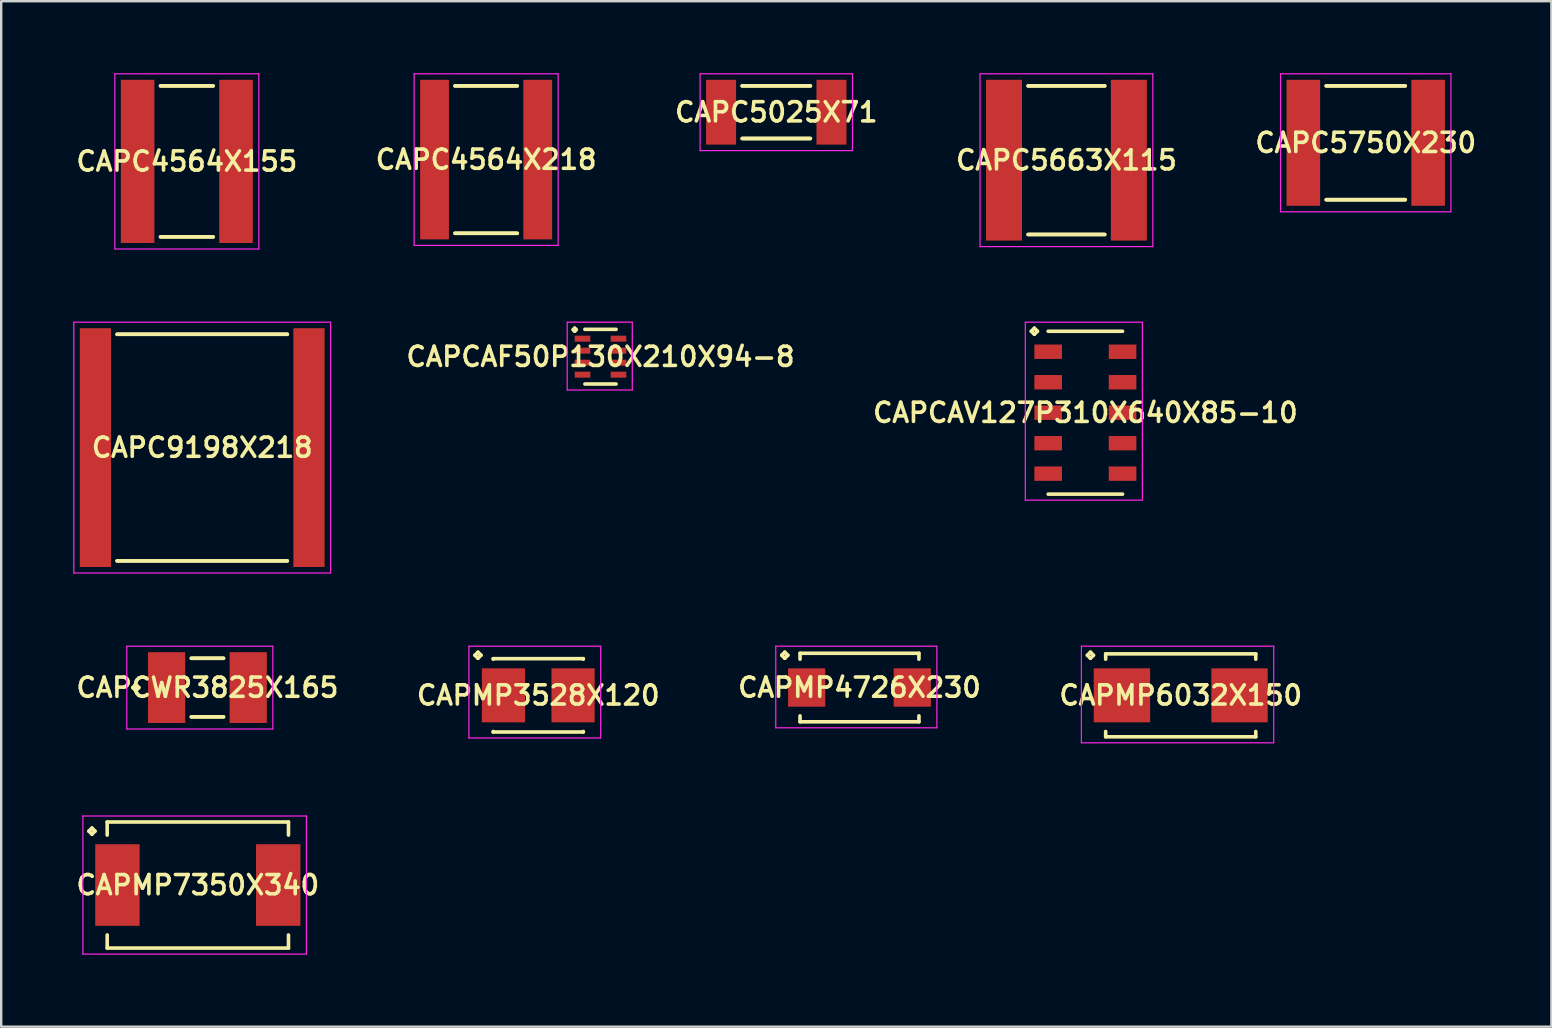
<source format=kicad_pcb>
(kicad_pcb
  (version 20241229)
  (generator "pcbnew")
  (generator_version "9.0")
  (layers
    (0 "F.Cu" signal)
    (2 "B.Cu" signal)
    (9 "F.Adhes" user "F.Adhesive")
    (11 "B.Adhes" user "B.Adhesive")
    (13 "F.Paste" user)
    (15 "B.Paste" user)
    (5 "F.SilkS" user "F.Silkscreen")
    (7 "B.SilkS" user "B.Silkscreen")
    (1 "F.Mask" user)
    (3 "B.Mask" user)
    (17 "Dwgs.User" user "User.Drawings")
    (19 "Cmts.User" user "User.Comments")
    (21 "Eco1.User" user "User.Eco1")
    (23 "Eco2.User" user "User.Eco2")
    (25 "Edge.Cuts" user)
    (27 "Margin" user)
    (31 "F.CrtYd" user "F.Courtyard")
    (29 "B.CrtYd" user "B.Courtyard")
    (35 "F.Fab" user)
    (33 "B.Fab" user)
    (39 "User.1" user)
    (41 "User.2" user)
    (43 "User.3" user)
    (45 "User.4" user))
  (footprint "CAPC4564X155"
    (layer "F.Cu")
    (at 4.735 3.675)
    (property "Reference" "CAPC4564X155" (at 0 0 0) (layer "F.SilkS") (effects (font (size 0.8 0.8) (thickness 0.15))))
    (attr smd)
    (fp_line (start -1.096 -3.146) (end 1.096 -3.146) (stroke (width 0.15) (type solid)) (layer "F.SilkS"))
    (fp_line (start -1.096 3.146) (end 1.096 3.146) (stroke (width 0.15) (type solid)) (layer "F.SilkS"))
    (fp_line (start 1.096 -3.146) (end -1.096 -3.146) (stroke (width 0.15) (type solid)) (layer "F.SilkS"))
    (fp_line (start 1.096 3.146) (end -1.096 3.146) (stroke (width 0.15) (type solid)) (layer "F.SilkS"))
    (fp_line (start -3 -3.65) (end 3 -3.65) (stroke (width 0.05) (type solid)) (layer "F.CrtYd"))
    (fp_line (start -3 3.65) (end -3 -3.65) (stroke (width 0.05) (type solid)) (layer "F.CrtYd"))
    (fp_line (start 3 -3.65) (end 3 3.65) (stroke (width 0.05) (type solid)) (layer "F.CrtYd"))
    (fp_line (start 3 3.65) (end -3 3.65) (stroke (width 0.05) (type solid)) (layer "F.CrtYd"))
    (pad "1" smd rect (at -2.05 0) (size 1.4 6.8) (layers "F.Cu" "F.Mask" "F.Paste"))
    (pad "2" smd rect (at 2.05 0) (size 1.4 6.8) (layers "F.Cu" "F.Mask" "F.Paste")))
  (footprint "CAPC5663X115"
    (layer "F.Cu")
    (at 41.386 3.625)
    (property "Reference" "CAPC5663X115" (at 0 0 0) (layer "F.SilkS") (effects (font (size 0.8 0.8) (thickness 0.15))))
    (attr smd)
    (fp_line (start -1.596 -3.096) (end 1.596 -3.096) (stroke (width 0.15) (type solid)) (layer "F.SilkS"))
    (fp_line (start -1.596 3.096) (end 1.596 3.096) (stroke (width 0.15) (type solid)) (layer "F.SilkS"))
    (fp_line (start 1.596 -3.096) (end -1.596 -3.096) (stroke (width 0.15) (type solid)) (layer "F.SilkS"))
    (fp_line (start 1.596 3.096) (end -1.596 3.096) (stroke (width 0.15) (type solid)) (layer "F.SilkS"))
    (fp_line (start -3.6 -3.6) (end 3.6 -3.6) (stroke (width 0.05) (type solid)) (layer "F.CrtYd"))
    (fp_line (start -3.6 3.6) (end -3.6 -3.6) (stroke (width 0.05) (type solid)) (layer "F.CrtYd"))
    (fp_line (start 3.6 -3.6) (end 3.6 3.6) (stroke (width 0.05) (type solid)) (layer "F.CrtYd"))
    (fp_line (start 3.6 3.6) (end -3.6 3.6) (stroke (width 0.05) (type solid)) (layer "F.CrtYd"))
    (pad "1" smd rect (at -2.6 0) (size 1.5 6.7) (layers "F.Cu" "F.Mask" "F.Paste"))
    (pad "2" smd rect (at 2.6 0) (size 1.5 6.7) (layers "F.Cu" "F.Mask" "F.Paste")))
  (footprint "CAPC5025X71"
    (layer "F.Cu")
    (at 29.296 1.625)
    (property "Reference" "CAPC5025X71" (at 0 0 0) (layer "F.SilkS") (effects (font (size 0.8 0.8) (thickness 0.15))))
    (attr smd)
    (fp_line (start -1.421 -1.096) (end 1.421 -1.096) (stroke (width 0.15) (type solid)) (layer "F.SilkS"))
    (fp_line (start -1.421 1.096) (end 1.421 1.096) (stroke (width 0.15) (type solid)) (layer "F.SilkS"))
    (fp_line (start 1.421 -1.096) (end -1.421 -1.096) (stroke (width 0.15) (type solid)) (layer "F.SilkS"))
    (fp_line (start 1.421 1.096) (end -1.421 1.096) (stroke (width 0.15) (type solid)) (layer "F.SilkS"))
    (fp_line (start -3.175 -1.6) (end 3.175 -1.6) (stroke (width 0.05) (type solid)) (layer "F.CrtYd"))
    (fp_line (start -3.175 1.6) (end -3.175 -1.6) (stroke (width 0.05) (type solid)) (layer "F.CrtYd"))
    (fp_line (start 3.175 -1.6) (end 3.175 1.6) (stroke (width 0.05) (type solid)) (layer "F.CrtYd"))
    (fp_line (start 3.175 1.6) (end -3.175 1.6) (stroke (width 0.05) (type solid)) (layer "F.CrtYd"))
    (pad "1" smd rect (at -2.3 0) (size 1.25 2.7) (layers "F.Cu" "F.Mask" "F.Paste"))
    (pad "2" smd rect (at 2.3 0) (size 1.25 2.7) (layers "F.Cu" "F.Mask" "F.Paste")))
  (footprint "CAPCWR3825X165"
    (layer "F.Cu")
    (at 5.593 25.6)
    (property "Reference" "CAPCWR3825X165" (at 0 0 0) (layer "F.SilkS") (effects (font (size 0.8 0.8) (thickness 0.15))))
    (attr smd)
    (fp_line (start -3.11 0) (end -2.983 -0.127) (stroke (width 0.15) (type solid)) (layer "F.SilkS"))
    (fp_line (start -2.983 -0.127) (end -2.856 0) (stroke (width 0.15) (type solid)) (layer "F.SilkS"))
    (fp_line (start -2.983 0.127) (end -3.11 0) (stroke (width 0.15) (type solid)) (layer "F.SilkS"))
    (fp_line (start -2.856 0) (end -2.983 0.127) (stroke (width 0.15) (type solid)) (layer "F.SilkS"))
    (fp_line (start -0.671 -1.221) (end 0.671 -1.221) (stroke (width 0.15) (type solid)) (layer "F.SilkS"))
    (fp_line (start -0.671 1.221) (end 0.671 1.221) (stroke (width 0.15) (type solid)) (layer "F.SilkS"))
    (fp_line (start 0.671 -1.221) (end -0.671 -1.221) (stroke (width 0.15) (type solid)) (layer "F.SilkS"))
    (fp_line (start 0.671 1.221) (end -0.671 1.221) (stroke (width 0.15) (type solid)) (layer "F.SilkS"))
    (fp_line (start -3.36 -1.725) (end 2.725 -1.725) (stroke (width 0.05) (type solid)) (layer "F.CrtYd"))
    (fp_line (start -3.36 1.725) (end -3.36 -1.725) (stroke (width 0.05) (type solid)) (layer "F.CrtYd"))
    (fp_line (start 2.725 -1.725) (end 2.725 1.725) (stroke (width 0.05) (type solid)) (layer "F.CrtYd"))
    (fp_line (start 2.725 1.725) (end -3.36 1.725) (stroke (width 0.05) (type solid)) (layer "F.CrtYd"))
    (pad "1" smd rect (at -1.7 0) (size 1.55 2.95) (layers "F.Cu" "F.Mask" "F.Paste"))
    (pad "2" smd rect (at 1.7 0) (size 1.55 2.95) (layers "F.Cu" "F.Mask" "F.Paste")))
  (footprint "CAPMP3528X120"
    (layer "F.Cu")
    (at 19.378 25.923)
    (property "Reference" "CAPMP3528X120" (at 0 0 0) (layer "F.SilkS") (effects (font (size 0.8 0.8) (thickness 0.15))))
    (attr smd)
    (fp_line (start -2.639 -1.671) (end -2.512 -1.798) (stroke (width 0.15) (type solid)) (layer "F.SilkS"))
    (fp_line (start -2.512 -1.798) (end -2.385 -1.671) (stroke (width 0.15) (type solid)) (layer "F.SilkS"))
    (fp_line (start -2.512 -1.544) (end -2.639 -1.671) (stroke (width 0.15) (type solid)) (layer "F.SilkS"))
    (fp_line (start -2.385 -1.671) (end -2.512 -1.544) (stroke (width 0.15) (type solid)) (layer "F.SilkS"))
    (fp_line (start -1.877 -1.527) (end 1.877 -1.527) (stroke (width 0.15) (type solid)) (layer "F.SilkS"))
    (fp_line (start -1.877 -1.506) (end -1.877 -1.527) (stroke (width 0.15) (type solid)) (layer "F.SilkS"))
    (fp_line (start -1.877 1.506) (end -1.877 1.527) (stroke (width 0.15) (type solid)) (layer "F.SilkS"))
    (fp_line (start -1.877 1.527) (end 1.877 1.527) (stroke (width 0.15) (type solid)) (layer "F.SilkS"))
    (fp_line (start 1.877 -1.527) (end 1.877 -1.506) (stroke (width 0.15) (type solid)) (layer "F.SilkS"))
    (fp_line (start 1.877 1.527) (end 1.877 1.506) (stroke (width 0.15) (type solid)) (layer "F.SilkS"))
    (fp_line (start -2.889 -2.048) (end 2.6 -2.048) (stroke (width 0.05) (type solid)) (layer "F.CrtYd"))
    (fp_line (start -2.889 1.777) (end -2.889 -2.048) (stroke (width 0.05) (type solid)) (layer "F.CrtYd"))
    (fp_line (start 2.6 -2.048) (end 2.6 1.777) (stroke (width 0.05) (type solid)) (layer "F.CrtYd"))
    (fp_line (start 2.6 1.777) (end -2.889 1.777) (stroke (width 0.05) (type solid)) (layer "F.CrtYd"))
    (pad "1" smd rect (at -1.45 0) (size 1.8 2.25) (layers "F.Cu" "F.Mask" "F.Paste"))
    (pad "2" smd rect (at 1.45 0) (size 1.8 2.25) (layers "F.Cu" "F.Mask" "F.Paste")))
  (footprint "CAPMP4726X230"
    (layer "F.Cu")
    (at 32.763 25.598)
    (property "Reference" "CAPMP4726X230" (at 0 0 0) (layer "F.SilkS") (effects (font (size 0.8 0.8) (thickness 0.15))))
    (attr smd)
    (fp_line (start -3.239 -1.346) (end -3.112 -1.473) (stroke (width 0.15) (type solid)) (layer "F.SilkS"))
    (fp_line (start -3.112 -1.473) (end -2.985 -1.346) (stroke (width 0.15) (type solid)) (layer "F.SilkS"))
    (fp_line (start -3.112 -1.219) (end -3.239 -1.346) (stroke (width 0.15) (type solid)) (layer "F.SilkS"))
    (fp_line (start -2.985 -1.346) (end -3.112 -1.219) (stroke (width 0.15) (type solid)) (layer "F.SilkS"))
    (fp_line (start -2.477 -1.427) (end 2.477 -1.427) (stroke (width 0.15) (type solid)) (layer "F.SilkS"))
    (fp_line (start -2.477 -1.181) (end -2.477 -1.427) (stroke (width 0.15) (type solid)) (layer "F.SilkS"))
    (fp_line (start -2.477 1.181) (end -2.477 1.427) (stroke (width 0.15) (type solid)) (layer "F.SilkS"))
    (fp_line (start -2.477 1.427) (end 2.477 1.427) (stroke (width 0.15) (type solid)) (layer "F.SilkS"))
    (fp_line (start 2.477 -1.427) (end 2.477 -1.181) (stroke (width 0.15) (type solid)) (layer "F.SilkS"))
    (fp_line (start 2.477 1.427) (end 2.477 1.181) (stroke (width 0.15) (type solid)) (layer "F.SilkS"))
    (fp_line (start -3.489 -1.723) (end 3.225 -1.723) (stroke (width 0.05) (type solid)) (layer "F.CrtYd"))
    (fp_line (start -3.489 1.677) (end -3.489 -1.723) (stroke (width 0.05) (type solid)) (layer "F.CrtYd"))
    (fp_line (start 3.225 -1.723) (end 3.225 1.677) (stroke (width 0.05) (type solid)) (layer "F.CrtYd"))
    (fp_line (start 3.225 1.677) (end -3.489 1.677) (stroke (width 0.05) (type solid)) (layer "F.CrtYd"))
    (pad "1" smd rect (at -2.2 0) (size 1.55 1.6) (layers "F.Cu" "F.Mask" "F.Paste"))
    (pad "2" smd rect (at 2.2 0) (size 1.55 1.6) (layers "F.Cu" "F.Mask" "F.Paste")))
  (footprint "CAPMP7350X340"
    (layer "F.Cu")
    (at 5.193 33.827)
    (property "Reference" "CAPMP7350X340" (at 0 0 0) (layer "F.SilkS") (effects (font (size 0.8 0.8) (thickness 0.15))))
    (attr smd)
    (fp_line (start -4.539 -2.246) (end -4.412 -2.373) (stroke (width 0.15) (type solid)) (layer "F.SilkS"))
    (fp_line (start -4.412 -2.373) (end -4.285 -2.246) (stroke (width 0.15) (type solid)) (layer "F.SilkS"))
    (fp_line (start -4.412 -2.119) (end -4.539 -2.246) (stroke (width 0.15) (type solid)) (layer "F.SilkS"))
    (fp_line (start -4.285 -2.246) (end -4.412 -2.119) (stroke (width 0.15) (type solid)) (layer "F.SilkS"))
    (fp_line (start -3.777 -2.627) (end 3.777 -2.627) (stroke (width 0.15) (type solid)) (layer "F.SilkS"))
    (fp_line (start -3.777 -2.081) (end -3.777 -2.627) (stroke (width 0.15) (type solid)) (layer "F.SilkS"))
    (fp_line (start -3.777 2.081) (end -3.777 2.627) (stroke (width 0.15) (type solid)) (layer "F.SilkS"))
    (fp_line (start -3.777 2.627) (end 3.777 2.627) (stroke (width 0.15) (type solid)) (layer "F.SilkS"))
    (fp_line (start 3.777 -2.627) (end 3.777 -2.081) (stroke (width 0.15) (type solid)) (layer "F.SilkS"))
    (fp_line (start 3.777 2.627) (end 3.777 2.081) (stroke (width 0.15) (type solid)) (layer "F.SilkS"))
    (fp_line (start -4.789 -2.877) (end 4.525 -2.877) (stroke (width 0.05) (type solid)) (layer "F.CrtYd"))
    (fp_line (start -4.789 2.877) (end -4.789 -2.877) (stroke (width 0.05) (type solid)) (layer "F.CrtYd"))
    (fp_line (start 4.525 -2.877) (end 4.525 2.877) (stroke (width 0.05) (type solid)) (layer "F.CrtYd"))
    (fp_line (start 4.525 2.877) (end -4.789 2.877) (stroke (width 0.05) (type solid)) (layer "F.CrtYd"))
    (pad "1" smd rect (at -3.35 0) (size 1.85 3.4) (layers "F.Cu" "F.Mask" "F.Paste"))
    (pad "2" smd rect (at 3.35 0) (size 1.85 3.4) (layers "F.Cu" "F.Mask" "F.Paste")))
  (footprint "CAPCAF50P130X210X94-8"
    (layer "F.Cu")
    (at 21.971 11.812)
    (property "Reference" "CAPCAF50P130X210X94-8" (at 0 0 0) (layer "F.SilkS") (effects (font (size 0.8 0.8) (thickness 0.15))))
    (attr smd)
    (fp_line (start -1.137 -1.125) (end -1.075 -1.188) (stroke (width 0.15) (type solid)) (layer "F.SilkS"))
    (fp_line (start -1.075 -1.188) (end -1.012 -1.125) (stroke (width 0.15) (type solid)) (layer "F.SilkS"))
    (fp_line (start -1.075 -1.062) (end -1.137 -1.125) (stroke (width 0.15) (type solid)) (layer "F.SilkS"))
    (fp_line (start -1.012 -1.125) (end -1.075 -1.062) (stroke (width 0.15) (type solid)) (layer "F.SilkS"))
    (fp_line (start -0.65 -1.139) (end 0.65 -1.139) (stroke (width 0.15) (type solid)) (layer "F.SilkS"))
    (fp_line (start -0.65 1.139) (end 0.65 1.139) (stroke (width 0.15) (type solid)) (layer "F.SilkS"))
    (fp_line (start -1.387 -1.438) (end 1.325 -1.438) (stroke (width 0.05) (type solid)) (layer "F.CrtYd"))
    (fp_line (start -1.387 1.389) (end -1.387 -1.438) (stroke (width 0.05) (type solid)) (layer "F.CrtYd"))
    (fp_line (start 1.325 -1.438) (end 1.325 1.389) (stroke (width 0.05) (type solid)) (layer "F.CrtYd"))
    (fp_line (start 1.325 1.389) (end -1.387 1.389) (stroke (width 0.05) (type solid)) (layer "F.CrtYd"))
    (pad "1" smd rect (at -0.75 -0.75) (size 0.65 0.25) (layers "F.Cu" "F.Mask" "F.Paste"))
    (pad "2" smd rect (at -0.75 -0.25) (size 0.65 0.25) (layers "F.Cu" "F.Mask" "F.Paste"))
    (pad "3" smd rect (at -0.75 0.25) (size 0.65 0.25) (layers "F.Cu" "F.Mask" "F.Paste"))
    (pad "4" smd rect (at -0.75 0.75) (size 0.65 0.25) (layers "F.Cu" "F.Mask" "F.Paste"))
    (pad "5" smd rect (at 0.75 0.75) (size 0.65 0.25) (layers "F.Cu" "F.Mask" "F.Paste"))
    (pad "6" smd rect (at 0.75 0.25) (size 0.65 0.25) (layers "F.Cu" "F.Mask" "F.Paste"))
    (pad "7" smd rect (at 0.75 -0.25) (size 0.65 0.25) (layers "F.Cu" "F.Mask" "F.Paste"))
    (pad "8" smd rect (at 0.75 -0.75) (size 0.65 0.25) (layers "F.Cu" "F.Mask" "F.Paste")))
  (footprint "CAPCAV127P310X640X85-10"
    (layer "F.Cu")
    (at 42.175 14.146)
    (property "Reference" "CAPCAV127P310X640X85-10" (at 0 0 0) (layer "F.SilkS") (effects (font (size 0.8 0.8) (thickness 0.15))))
    (attr smd)
    (fp_line (start -2.252 -3.394) (end -2.125 -3.521) (stroke (width 0.15) (type solid)) (layer "F.SilkS"))
    (fp_line (start -2.125 -3.521) (end -1.998 -3.394) (stroke (width 0.15) (type solid)) (layer "F.SilkS"))
    (fp_line (start -2.125 -3.267) (end -2.252 -3.394) (stroke (width 0.15) (type solid)) (layer "F.SilkS"))
    (fp_line (start -1.998 -3.394) (end -2.125 -3.267) (stroke (width 0.15) (type solid)) (layer "F.SilkS"))
    (fp_line (start -1.55 -3.394) (end 1.55 -3.394) (stroke (width 0.15) (type solid)) (layer "F.SilkS"))
    (fp_line (start -1.55 3.394) (end 1.55 3.394) (stroke (width 0.15) (type solid)) (layer "F.SilkS"))
    (fp_line (start -2.502 -3.771) (end 2.375 -3.771) (stroke (width 0.05) (type solid)) (layer "F.CrtYd"))
    (fp_line (start -2.502 3.644) (end -2.502 -3.771) (stroke (width 0.05) (type solid)) (layer "F.CrtYd"))
    (fp_line (start 2.375 -3.771) (end 2.375 3.644) (stroke (width 0.05) (type solid)) (layer "F.CrtYd"))
    (fp_line (start 2.375 3.644) (end -2.502 3.644) (stroke (width 0.05) (type solid)) (layer "F.CrtYd"))
    (pad "1" smd rect (at -1.55 -2.54) (size 1.15 0.6) (layers "F.Cu" "F.Mask" "F.Paste"))
    (pad "2" smd rect (at -1.55 -1.27) (size 1.15 0.6) (layers "F.Cu" "F.Mask" "F.Paste"))
    (pad "3" smd rect (at -1.55 0) (size 1.15 0.6) (layers "F.Cu" "F.Mask" "F.Paste"))
    (pad "4" smd rect (at -1.55 1.27) (size 1.15 0.6) (layers "F.Cu" "F.Mask" "F.Paste"))
    (pad "5" smd rect (at -1.55 2.54) (size 1.15 0.6) (layers "F.Cu" "F.Mask" "F.Paste"))
    (pad "6" smd rect (at 1.55 2.54) (size 1.15 0.6) (layers "F.Cu" "F.Mask" "F.Paste"))
    (pad "7" smd rect (at 1.55 1.27) (size 1.15 0.6) (layers "F.Cu" "F.Mask" "F.Paste"))
    (pad "8" smd rect (at 1.55 0) (size 1.15 0.6) (layers "F.Cu" "F.Mask" "F.Paste"))
    (pad "9" smd rect (at 1.55 -1.27) (size 1.15 0.6) (layers "F.Cu" "F.Mask" "F.Paste"))
    (pad "10" smd rect (at 1.55 -2.54) (size 1.15 0.6) (layers "F.Cu" "F.Mask" "F.Paste")))
  (footprint "CAPC9198X218"
    (layer "F.Cu")
    (at 5.375 15.6)
    (property "Reference" "CAPC9198X218" (at 0 0 0) (layer "F.SilkS") (effects (font (size 0.8 0.8) (thickness 0.15))))
    (attr smd)
    (fp_line (start -3.546 -4.721) (end 3.546 -4.721) (stroke (width 0.15) (type solid)) (layer "F.SilkS"))
    (fp_line (start -3.546 4.721) (end 3.546 4.721) (stroke (width 0.15) (type solid)) (layer "F.SilkS"))
    (fp_line (start 3.546 -4.721) (end -3.546 -4.721) (stroke (width 0.15) (type solid)) (layer "F.SilkS"))
    (fp_line (start 3.546 4.721) (end -3.546 4.721) (stroke (width 0.15) (type solid)) (layer "F.SilkS"))
    (fp_line (start -5.35 -5.225) (end 5.35 -5.225) (stroke (width 0.05) (type solid)) (layer "F.CrtYd"))
    (fp_line (start -5.35 5.225) (end -5.35 -5.225) (stroke (width 0.05) (type solid)) (layer "F.CrtYd"))
    (fp_line (start 5.35 -5.225) (end 5.35 5.225) (stroke (width 0.05) (type solid)) (layer "F.CrtYd"))
    (fp_line (start 5.35 5.225) (end -5.35 5.225) (stroke (width 0.05) (type solid)) (layer "F.CrtYd"))
    (pad "1" smd rect (at -4.45 0) (size 1.3 9.95) (layers "F.Cu" "F.Mask" "F.Paste"))
    (pad "2" smd rect (at 4.45 0) (size 1.3 9.95) (layers "F.Cu" "F.Mask" "F.Paste")))
  (footprint "CAPC4564X218"
    (layer "F.Cu")
    (at 17.206 3.6)
    (property "Reference" "CAPC4564X218" (at 0 0 0) (layer "F.SilkS") (effects (font (size 0.8 0.8) (thickness 0.15))))
    (attr smd)
    (fp_line (start -1.296 -3.071) (end 1.296 -3.071) (stroke (width 0.15) (type solid)) (layer "F.SilkS"))
    (fp_line (start -1.296 3.071) (end 1.296 3.071) (stroke (width 0.15) (type solid)) (layer "F.SilkS"))
    (fp_line (start 1.296 -3.071) (end -1.296 -3.071) (stroke (width 0.15) (type solid)) (layer "F.SilkS"))
    (fp_line (start 1.296 3.071) (end -1.296 3.071) (stroke (width 0.15) (type solid)) (layer "F.SilkS"))
    (fp_line (start -3 -3.575) (end 3 -3.575) (stroke (width 0.05) (type solid)) (layer "F.CrtYd"))
    (fp_line (start -3 3.575) (end -3 -3.575) (stroke (width 0.05) (type solid)) (layer "F.CrtYd"))
    (fp_line (start 3 -3.575) (end 3 3.575) (stroke (width 0.05) (type solid)) (layer "F.CrtYd"))
    (fp_line (start 3 3.575) (end -3 3.575) (stroke (width 0.05) (type solid)) (layer "F.CrtYd"))
    (pad "1" smd rect (at -2.15 0) (size 1.2 6.65) (layers "F.Cu" "F.Mask" "F.Paste"))
    (pad "2" smd rect (at 2.15 0) (size 1.2 6.65) (layers "F.Cu" "F.Mask" "F.Paste")))
  (footprint "CAPC5750X230"
    (layer "F.Cu")
    (at 53.857 2.9)
    (property "Reference" "CAPC5750X230" (at 0 0 0) (layer "F.SilkS") (effects (font (size 0.8 0.8) (thickness 0.15))))
    (attr smd)
    (fp_line (start -1.646 -2.371) (end 1.646 -2.371) (stroke (width 0.15) (type solid)) (layer "F.SilkS"))
    (fp_line (start -1.646 2.371) (end 1.646 2.371) (stroke (width 0.15) (type solid)) (layer "F.SilkS"))
    (fp_line (start 1.646 -2.371) (end -1.646 -2.371) (stroke (width 0.15) (type solid)) (layer "F.SilkS"))
    (fp_line (start 1.646 2.371) (end -1.646 2.371) (stroke (width 0.15) (type solid)) (layer "F.SilkS"))
    (fp_line (start -3.55 -2.875) (end 3.55 -2.875) (stroke (width 0.05) (type solid)) (layer "F.CrtYd"))
    (fp_line (start -3.55 2.875) (end -3.55 -2.875) (stroke (width 0.05) (type solid)) (layer "F.CrtYd"))
    (fp_line (start 3.55 -2.875) (end 3.55 2.875) (stroke (width 0.05) (type solid)) (layer "F.CrtYd"))
    (fp_line (start 3.55 2.875) (end -3.55 2.875) (stroke (width 0.05) (type solid)) (layer "F.CrtYd"))
    (pad "1" smd rect (at -2.6 0) (size 1.4 5.25) (layers "F.Cu" "F.Mask" "F.Paste"))
    (pad "2" smd rect (at 2.6 0) (size 1.4 5.25) (layers "F.Cu" "F.Mask" "F.Paste")))
  (footprint "CAPMP6032X150"
    (layer "F.Cu")
    (at 46.148 25.923)
    (property "Reference" "CAPMP6032X150" (at 0 0 0) (layer "F.SilkS") (effects (font (size 0.8 0.8) (thickness 0.15))))
    (attr smd)
    (fp_line (start -3.889 -1.671) (end -3.762 -1.798) (stroke (width 0.15) (type solid)) (layer "F.SilkS"))
    (fp_line (start -3.762 -1.798) (end -3.635 -1.671) (stroke (width 0.15) (type solid)) (layer "F.SilkS"))
    (fp_line (start -3.762 -1.544) (end -3.889 -1.671) (stroke (width 0.15) (type solid)) (layer "F.SilkS"))
    (fp_line (start -3.635 -1.671) (end -3.762 -1.544) (stroke (width 0.15) (type solid)) (layer "F.SilkS"))
    (fp_line (start -3.127 -1.727) (end 3.127 -1.727) (stroke (width 0.15) (type solid)) (layer "F.SilkS"))
    (fp_line (start -3.127 -1.506) (end -3.127 -1.727) (stroke (width 0.15) (type solid)) (layer "F.SilkS"))
    (fp_line (start -3.127 1.506) (end -3.127 1.727) (stroke (width 0.15) (type solid)) (layer "F.SilkS"))
    (fp_line (start -3.127 1.727) (end 3.127 1.727) (stroke (width 0.15) (type solid)) (layer "F.SilkS"))
    (fp_line (start 3.127 -1.727) (end 3.127 -1.506) (stroke (width 0.15) (type solid)) (layer "F.SilkS"))
    (fp_line (start 3.127 1.727) (end 3.127 1.506) (stroke (width 0.15) (type solid)) (layer "F.SilkS"))
    (fp_line (start -4.139 -2.048) (end 3.875 -2.048) (stroke (width 0.05) (type solid)) (layer "F.CrtYd"))
    (fp_line (start -4.139 1.977) (end -4.139 -2.048) (stroke (width 0.05) (type solid)) (layer "F.CrtYd"))
    (fp_line (start 3.875 -2.048) (end 3.875 1.977) (stroke (width 0.05) (type solid)) (layer "F.CrtYd"))
    (fp_line (start 3.875 1.977) (end -4.139 1.977) (stroke (width 0.05) (type solid)) (layer "F.CrtYd"))
    (pad "1" smd rect (at -2.45 0) (size 2.35 2.25) (layers "F.Cu" "F.Mask" "F.Paste"))
    (pad "2" smd rect (at 2.45 0) (size 2.35 2.25) (layers "F.Cu" "F.Mask" "F.Paste")))
  (gr_rect
    (start -3 -3)
    (end 61.593 39.729)
    (stroke (width 0.1) (type default))
    (fill no)
    (layer "Edge.Cuts")))
</source>
